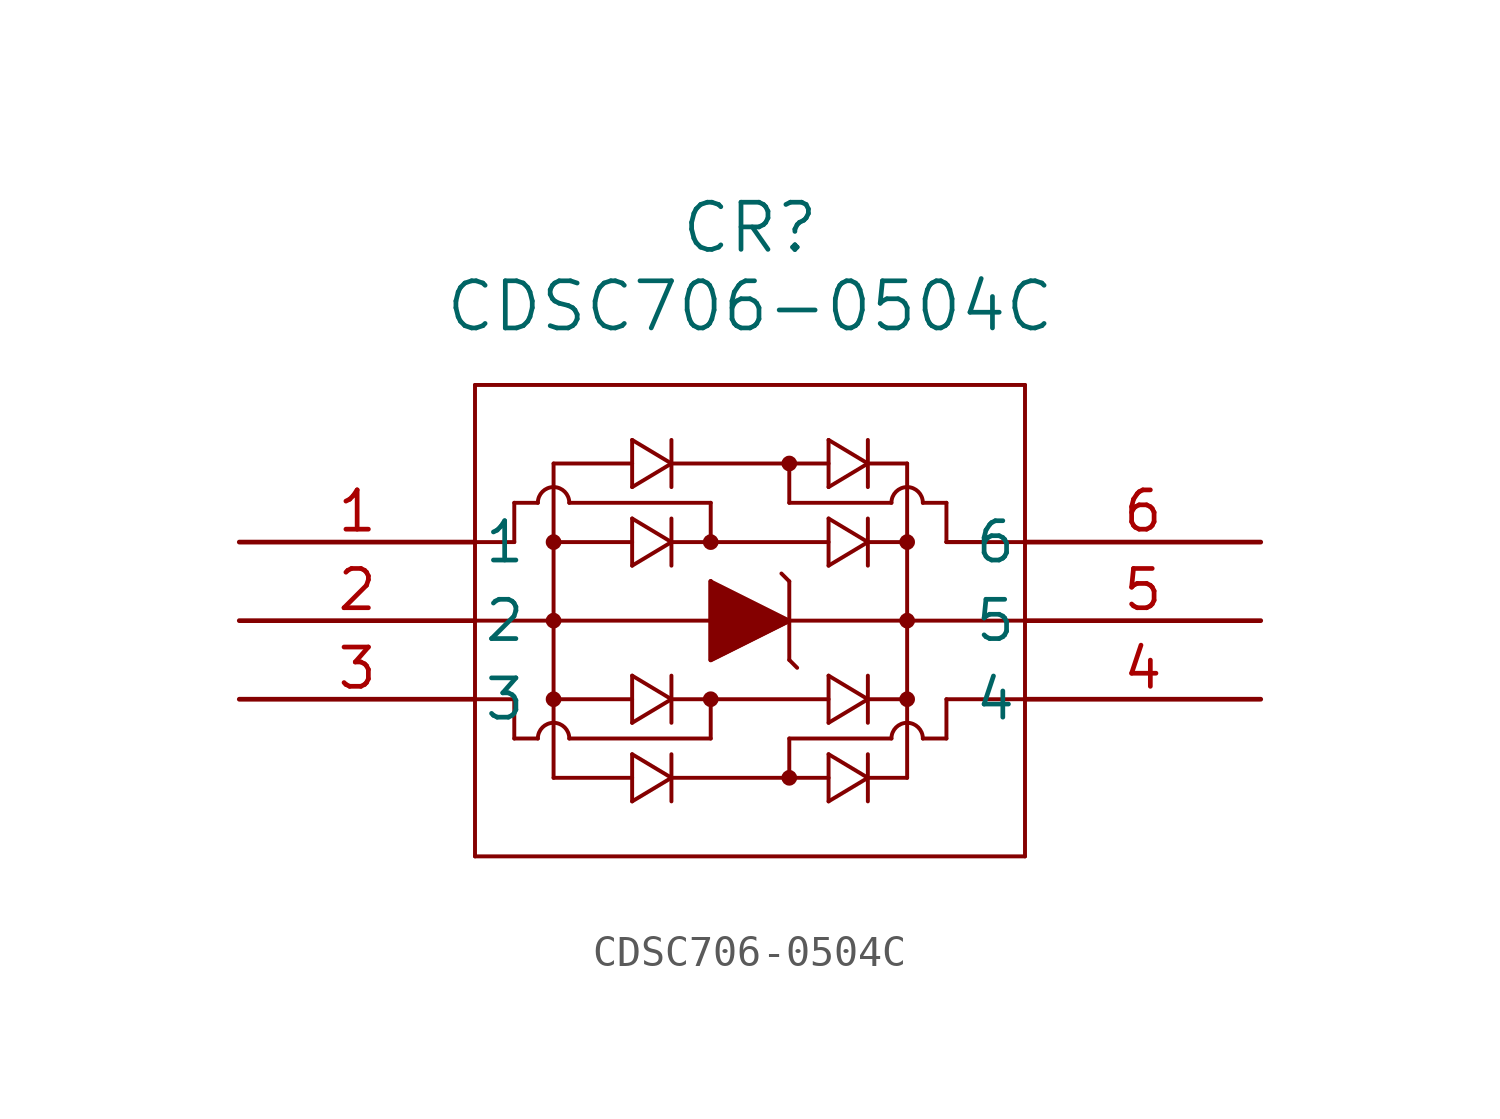
<source format=kicad_sym>
(kicad_symbol_lib
  (version 20211014)
  (generator kicad_symbol_editor)
  (symbol "CDSC706-0504C"
    (pin_names
      (offset 0.254))
    (property "Reference" "CR"
      (at 16.51 10.16 0)
      (effects (font (size 1.524 1.524))))
    (property "Value" "CDSC706-0504C"
      (at 16.51 7.62 0)
      (effects (font (size 1.524 1.524))))
    (symbol "CDSC706-0504C_0_1"
      (polyline (pts (xy 7.62 5.08) (xy 7.62 -10.16)) (stroke (width 0.127) (type default) (color 0 0 0 0)) (fill (type none)))
      (polyline (pts (xy 7.62 -10.16) (xy 25.4 -10.16)) (stroke (width 0.127) (type default) (color 0 0 0 0)) (fill (type none)))
      (polyline (pts (xy 25.4 -10.16) (xy 25.4 5.08)) (stroke (width 0.127) (type default) (color 0 0 0 0)) (fill (type none)))
      (polyline (pts (xy 25.4 5.08) (xy 7.62 5.08)) (stroke (width 0.127) (type default) (color 0 0 0 0)) (fill (type none)))
      (polyline (pts (xy 7.62 -2.54) (xy 25.4 -2.54)) (stroke (width 0.127) (type default) (color 0 0 0 0)) (fill (type none)))
      (polyline (pts (xy 15.24 -1.27) (xy 15.24 -3.81)) (stroke (width 0.127) (type default) (color 0 0 0 0)) (fill (type none)))
      (polyline (pts (xy 15.24 -3.81) (xy 17.78 -2.54)) (stroke (width 0.127) (type default) (color 0 0 0 0)) (fill (type none)))
      (polyline (pts (xy 17.78 -2.54) (xy 15.24 -1.27)) (stroke (width 0.127) (type default) (color 0 0 0 0)) (fill (type none)))
      (polyline (pts (xy 17.78 -1.27) (xy 17.78 -3.81)) (stroke (width 0.127) (type default) (color 0 0 0 0)) (fill (type none)))
      (polyline (pts (xy 15.24 -1.27) (xy 15.24 -3.81) (xy 17.78 -2.54)) (stroke (width 0) (type default) (color 0 0 0 0)) (fill (type outline)))
      (polyline (pts (xy 17.78 -1.27) (xy 17.526 -1.016)) (stroke (width 0.127) (type default) (color 0 0 0 0)) (fill (type none)))
      (polyline (pts (xy 17.78 -3.81) (xy 18.034 -4.064)) (stroke (width 0.127) (type default) (color 0 0 0 0)) (fill (type none)))
      (polyline (pts (xy 7.62 0) (xy 8.89 0)) (stroke (width 0.127) (type default) (color 0 0 0 0)) (fill (type none)))
      (polyline (pts (xy 8.89 0) (xy 8.89 1.27)) (stroke (width 0.127) (type default) (color 0 0 0 0)) (fill (type none)))
      (polyline (pts (xy 10.668 1.27) (xy 15.24 1.27)) (stroke (width 0.127) (type default) (color 0 0 0 0)) (fill (type none)))
      (polyline (pts (xy 15.24 1.27) (xy 15.24 0)) (stroke (width 0.127) (type default) (color 0 0 0 0)) (fill (type none)))
      (polyline (pts (xy 13.97 0) (xy 19.05 0)) (stroke (width 0.127) (type default) (color 0 0 0 0)) (fill (type none)))
      (polyline (pts (xy 10.16 2.54) (xy 10.16 -7.62)) (stroke (width 0.127) (type default) (color 0 0 0 0)) (fill (type none)))
      (polyline (pts (xy 10.16 2.54) (xy 12.7 2.54)) (stroke (width 0.127) (type default) (color 0 0 0 0)) (fill (type none)))
      (polyline (pts (xy 13.97 2.54) (xy 19.05 2.54)) (stroke (width 0.127) (type default) (color 0 0 0 0)) (fill (type none)))
      (polyline (pts (xy 12.7 0) (xy 10.16 0)) (stroke (width 0.127) (type default) (color 0 0 0 0)) (fill (type none)))
      (polyline (pts (xy 12.7 0.762) (xy 12.7 -0.762)) (stroke (width 0.127) (type default) (color 0 0 0 0)) (fill (type none)))
      (polyline (pts (xy 12.7 -0.762) (xy 13.97 0)) (stroke (width 0.127) (type default) (color 0 0 0 0)) (fill (type none)))
      (polyline (pts (xy 13.97 0) (xy 12.7 0.762)) (stroke (width 0.127) (type default) (color 0 0 0 0)) (fill (type none)))
      (polyline (pts (xy 13.97 0.762) (xy 13.97 -0.762)) (stroke (width 0.127) (type default) (color 0 0 0 0)) (fill (type none)))
      (polyline (pts (xy 12.7 3.302) (xy 12.7 1.778)) (stroke (width 0.127) (type default) (color 0 0 0 0)) (fill (type none)))
      (polyline (pts (xy 12.7 1.778) (xy 13.97 2.54)) (stroke (width 0.127) (type default) (color 0 0 0 0)) (fill (type none)))
      (polyline (pts (xy 13.97 2.54) (xy 12.7 3.302)) (stroke (width 0.127) (type default) (color 0 0 0 0)) (fill (type none)))
      (polyline (pts (xy 13.97 3.302) (xy 13.97 1.778)) (stroke (width 0.127) (type default) (color 0 0 0 0)) (fill (type none)))
      (arc (start 10.668 1.27) (mid 10.16 1.778) (end 9.652 1.27) (stroke (width 0.127) (type default) (color 0 0 0 0)) (fill (type none)))
      (circle (center 10.16 0) (radius 0.127) (stroke (width 0.254) (type default) (color 0 0 0 0)) (fill (type none)))
      (circle (center 15.24 0) (radius 0.127) (stroke (width 0.254) (type default) (color 0 0 0 0)) (fill (type none)))
      (polyline (pts (xy 8.89 1.27) (xy 9.652 1.27)) (stroke (width 0.127) (type default) (color 0 0 0 0)) (fill (type none)))
      (polyline (pts (xy 17.78 1.27) (xy 17.78 2.54)) (stroke (width 0.127) (type default) (color 0 0 0 0)) (fill (type none)))
      (arc (start 22.098 1.27) (mid 21.59 1.778) (end 21.082 1.27) (stroke (width 0.127) (type default) (color 0 0 0 0)) (fill (type none)))
      (polyline (pts (xy 22.86 0) (xy 25.4 0)) (stroke (width 0.127) (type default) (color 0 0 0 0)) (fill (type none)))
      (polyline (pts (xy 19.05 1.778) (xy 19.05 3.302)) (stroke (width 0.127) (type default) (color 0 0 0 0)) (fill (type none)))
      (polyline (pts (xy 19.05 3.302) (xy 20.32 2.54)) (stroke (width 0.127) (type default) (color 0 0 0 0)) (fill (type none)))
      (polyline (pts (xy 20.32 2.54) (xy 19.05 1.778)) (stroke (width 0.127) (type default) (color 0 0 0 0)) (fill (type none)))
      (polyline (pts (xy 20.32 1.778) (xy 20.32 3.302)) (stroke (width 0.127) (type default) (color 0 0 0 0)) (fill (type none)))
      (polyline (pts (xy 19.05 -0.762) (xy 19.05 0.762)) (stroke (width 0.127) (type default) (color 0 0 0 0)) (fill (type none)))
      (polyline (pts (xy 19.05 0.762) (xy 20.32 0)) (stroke (width 0.127) (type default) (color 0 0 0 0)) (fill (type none)))
      (polyline (pts (xy 20.32 0) (xy 19.05 -0.762)) (stroke (width 0.127) (type default) (color 0 0 0 0)) (fill (type none)))
      (polyline (pts (xy 20.32 -0.762) (xy 20.32 0.762)) (stroke (width 0.127) (type default) (color 0 0 0 0)) (fill (type none)))
      (circle (center 17.78 2.54) (radius 0.127) (stroke (width 0.254) (type default) (color 0 0 0 0)) (fill (type none)))
      (polyline (pts (xy 24.13 0) (xy 22.86 0)) (stroke (width 0.127) (type default) (color 0 0 0 0)) (fill (type none)))
      (polyline (pts (xy 22.86 0) (xy 22.86 1.27)) (stroke (width 0.127) (type default) (color 0 0 0 0)) (fill (type none)))
      (circle (center 21.59 0) (radius 0.127) (stroke (width 0.254) (type default) (color 0 0 0 0)) (fill (type none)))
      (polyline (pts (xy 20.32 2.54) (xy 21.59 2.54)) (stroke (width 0.127) (type default) (color 0 0 0 0)) (fill (type none)))
      (polyline (pts (xy 20.32 0) (xy 21.59 0)) (stroke (width 0.127) (type default) (color 0 0 0 0)) (fill (type none)))
      (polyline (pts (xy 22.098 1.27) (xy 22.86 1.27)) (stroke (width 0.127) (type default) (color 0 0 0 0)) (fill (type none)))
      (polyline (pts (xy 17.78 -6.35) (xy 21.082 -6.35)) (stroke (width 0.127) (type default) (color 0 0 0 0)) (fill (type none)))
      (polyline (pts (xy 7.62 -5.08) (xy 8.89 -5.08)) (stroke (width 0.127) (type default) (color 0 0 0 0)) (fill (type none)))
      (polyline (pts (xy 8.89 -5.08) (xy 8.89 -6.35)) (stroke (width 0.127) (type default) (color 0 0 0 0)) (fill (type none)))
      (polyline (pts (xy 10.668 -6.35) (xy 15.24 -6.35)) (stroke (width 0.127) (type default) (color 0 0 0 0)) (fill (type none)))
      (polyline (pts (xy 15.24 -6.35) (xy 15.24 -5.08)) (stroke (width 0.127) (type default) (color 0 0 0 0)) (fill (type none)))
      (polyline (pts (xy 13.97 -7.62) (xy 19.05 -7.62)) (stroke (width 0.127) (type default) (color 0 0 0 0)) (fill (type none)))
      (polyline (pts (xy 10.16 -5.08) (xy 12.7 -5.08)) (stroke (width 0.127) (type default) (color 0 0 0 0)) (fill (type none)))
      (polyline (pts (xy 13.97 -5.08) (xy 19.05 -5.08)) (stroke (width 0.127) (type default) (color 0 0 0 0)) (fill (type none)))
      (polyline (pts (xy 12.7 -7.62) (xy 10.16 -7.62)) (stroke (width 0.127) (type default) (color 0 0 0 0)) (fill (type none)))
      (polyline (pts (xy 12.7 -6.858) (xy 12.7 -8.382)) (stroke (width 0.127) (type default) (color 0 0 0 0)) (fill (type none)))
      (polyline (pts (xy 12.7 -8.382) (xy 13.97 -7.62)) (stroke (width 0.127) (type default) (color 0 0 0 0)) (fill (type none)))
      (polyline (pts (xy 13.97 -7.62) (xy 12.7 -6.858)) (stroke (width 0.127) (type default) (color 0 0 0 0)) (fill (type none)))
      (polyline (pts (xy 13.97 -6.858) (xy 13.97 -8.382)) (stroke (width 0.127) (type default) (color 0 0 0 0)) (fill (type none)))
      (polyline (pts (xy 12.7 -4.318) (xy 12.7 -5.842)) (stroke (width 0.127) (type default) (color 0 0 0 0)) (fill (type none)))
      (polyline (pts (xy 12.7 -5.842) (xy 13.97 -5.08)) (stroke (width 0.127) (type default) (color 0 0 0 0)) (fill (type none)))
      (polyline (pts (xy 13.97 -5.08) (xy 12.7 -4.318)) (stroke (width 0.127) (type default) (color 0 0 0 0)) (fill (type none)))
      (polyline (pts (xy 13.97 -4.318) (xy 13.97 -5.842)) (stroke (width 0.127) (type default) (color 0 0 0 0)) (fill (type none)))
      (arc (start 10.668 -6.35) (mid 10.16 -5.842) (end 9.652 -6.35) (stroke (width 0.127) (type default) (color 0 0 0 0)) (fill (type none)))
      (circle (center 10.16 -5.08) (radius 0.127) (stroke (width 0.254) (type default) (color 0 0 0 0)) (fill (type none)))
      (circle (center 15.24 -5.08) (radius 0.127) (stroke (width 0.254) (type default) (color 0 0 0 0)) (fill (type none)))
      (polyline (pts (xy 8.89 -6.35) (xy 9.652 -6.35)) (stroke (width 0.127) (type default) (color 0 0 0 0)) (fill (type none)))
      (polyline (pts (xy 17.78 -6.35) (xy 17.78 -7.62)) (stroke (width 0.127) (type default) (color 0 0 0 0)) (fill (type none)))
      (polyline (pts (xy 22.86 -5.08) (xy 25.4 -5.08)) (stroke (width 0.127) (type default) (color 0 0 0 0)) (fill (type none)))
      (polyline (pts (xy 21.082 1.27) (xy 17.78 1.27)) (stroke (width 0.127) (type default) (color 0 0 0 0)) (fill (type none)))
      (polyline (pts (xy 19.05 -5.842) (xy 19.05 -4.318)) (stroke (width 0.127) (type default) (color 0 0 0 0)) (fill (type none)))
      (polyline (pts (xy 19.05 -4.318) (xy 20.32 -5.08)) (stroke (width 0.127) (type default) (color 0 0 0 0)) (fill (type none)))
      (polyline (pts (xy 20.32 -5.08) (xy 19.05 -5.842)) (stroke (width 0.127) (type default) (color 0 0 0 0)) (fill (type none)))
      (polyline (pts (xy 20.32 -5.842) (xy 20.32 -4.318)) (stroke (width 0.127) (type default) (color 0 0 0 0)) (fill (type none)))
      (polyline (pts (xy 19.05 -8.382) (xy 19.05 -6.858)) (stroke (width 0.127) (type default) (color 0 0 0 0)) (fill (type none)))
      (polyline (pts (xy 19.05 -6.858) (xy 20.32 -7.62)) (stroke (width 0.127) (type default) (color 0 0 0 0)) (fill (type none)))
      (polyline (pts (xy 20.32 -7.62) (xy 19.05 -8.382)) (stroke (width 0.127) (type default) (color 0 0 0 0)) (fill (type none)))
      (polyline (pts (xy 20.32 -8.382) (xy 20.32 -6.858)) (stroke (width 0.127) (type default) (color 0 0 0 0)) (fill (type none)))
      (circle (center 17.78 -7.62) (radius 0.127) (stroke (width 0.254) (type default) (color 0 0 0 0)) (fill (type none)))
      (polyline (pts (xy 20.32 -5.08) (xy 21.59 -5.08)) (stroke (width 0.127) (type default) (color 0 0 0 0)) (fill (type none)))
      (polyline (pts (xy 22.86 -5.08) (xy 22.86 -6.35)) (stroke (width 0.127) (type default) (color 0 0 0 0)) (fill (type none)))
      (arc (start 22.098 -6.35) (mid 21.59 -5.842) (end 21.082 -6.35) (stroke (width 0.127) (type default) (color 0 0 0 0)) (fill (type none)))
      (circle (center 21.59 -5.08) (radius 0.127) (stroke (width 0.254) (type default) (color 0 0 0 0)) (fill (type none)))
      (polyline (pts (xy 22.86 -6.35) (xy 22.098 -6.35)) (stroke (width 0.127) (type default) (color 0 0 0 0)) (fill (type none)))
      (polyline (pts (xy 21.59 2.54) (xy 21.59 -7.62)) (stroke (width 0.127) (type default) (color 0 0 0 0)) (fill (type none)))
      (polyline (pts (xy 21.59 -7.62) (xy 20.32 -7.62)) (stroke (width 0.127) (type default) (color 0 0 0 0)) (fill (type none)))
      (circle (center 10.16 -2.54) (radius 0.127) (stroke (width 0.254) (type default) (color 0 0 0 0)) (fill (type none)))
      (circle (center 21.59 -2.54) (radius 0.127) (stroke (width 0.254) (type default) (color 0 0 0 0)) (fill (type none)))
      (pin bidirectional line (at 0 0 0) (length 7.62) (name "1" (effects (font (size 1.27 1.27)))) (number "1" (effects (font (size 1.27 1.27)))))
      (pin power_out line (at 0 -2.54 0) (length 7.62) (name "2" (effects (font (size 1.27 1.27)))) (number "2" (effects (font (size 1.27 1.27)))))
      (pin bidirectional line (at 0 -5.08 0) (length 7.62) (name "3" (effects (font (size 1.27 1.27)))) (number "3" (effects (font (size 1.27 1.27)))))
      (pin bidirectional line (at 33.02 -5.08 180) (length 7.62) (name "4" (effects (font (size 1.27 1.27)))) (number "4" (effects (font (size 1.27 1.27)))))
      (pin power_in line (at 33.02 -2.54 180) (length 7.62) (name "5" (effects (font (size 1.27 1.27)))) (number "5" (effects (font (size 1.27 1.27)))))
      (pin bidirectional line (at 33.02 0 180) (length 7.62) (name "6" (effects (font (size 1.27 1.27)))) (number "6" (effects (font (size 1.27 1.27))))))))
</source>
